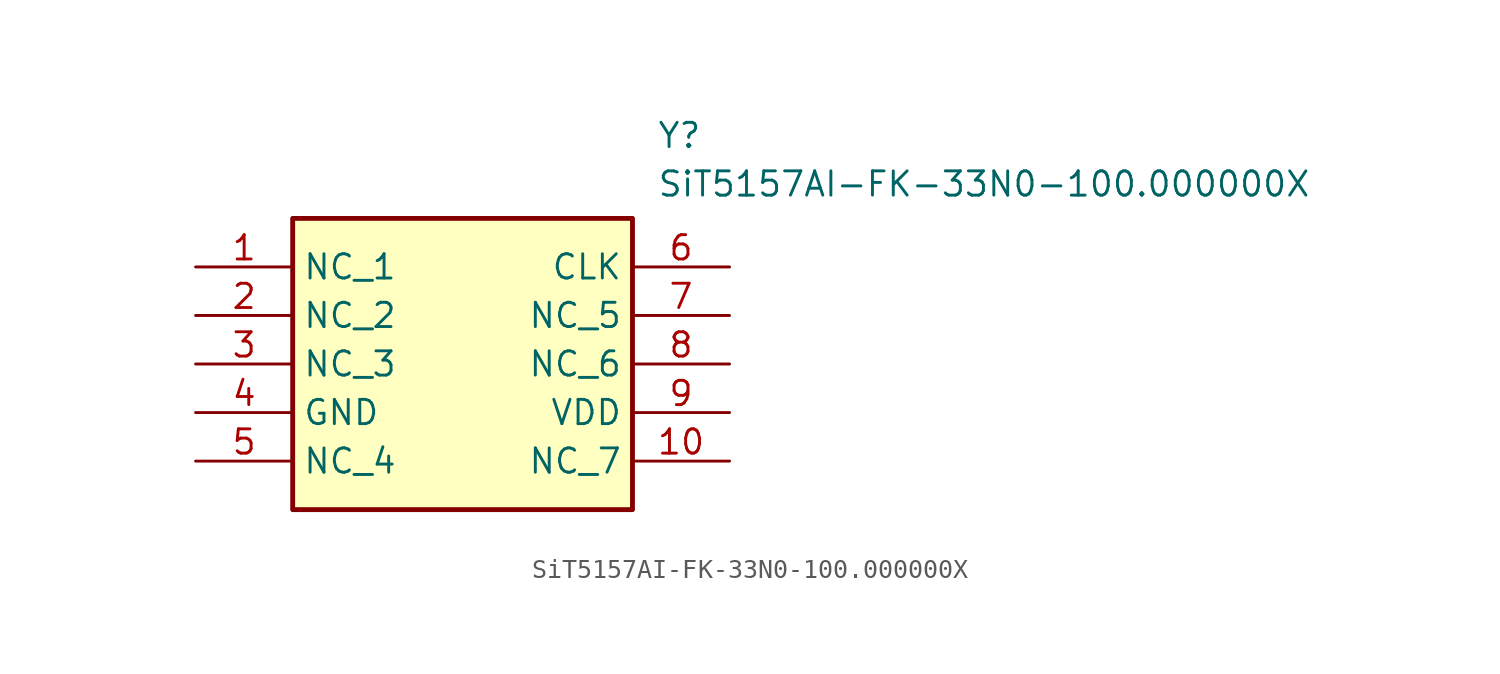
<source format=kicad_sym>
(kicad_symbol_lib
  (version 20211014)
  (generator SamacSys_ECAD_Model)
  (symbol "SiT5157AI-FK-33N0-100.000000X"
    (property "Reference" "Y"
      (at 24.13 7.62 0)
      (effects (font (size 1.27 1.27)) (justify left top)))
    (property "Value" "SiT5157AI-FK-33N0-100.000000X"
      (at 24.13 5.08 0)
      (effects (font (size 1.27 1.27)) (justify left top)))
    (rectangle
      (start 5.08 2.54)
      (end 22.86 -12.7)
      (stroke (width 0.254) (type default))
      (fill (type background)))
    (pin passive line
      (at 0 0 0)
      (length 5.08)
      (name "NC_1" (effects (font (size 1.27 1.27))))
      (number "1" (effects (font (size 1.27 1.27)))))
    (pin passive line
      (at 0 -2.54 0)
      (length 5.08)
      (name "NC_2" (effects (font (size 1.27 1.27))))
      (number "2" (effects (font (size 1.27 1.27)))))
    (pin passive line
      (at 0 -5.08 0)
      (length 5.08)
      (name "NC_3" (effects (font (size 1.27 1.27))))
      (number "3" (effects (font (size 1.27 1.27)))))
    (pin passive line
      (at 0 -7.62 0)
      (length 5.08)
      (name "GND" (effects (font (size 1.27 1.27))))
      (number "4" (effects (font (size 1.27 1.27)))))
    (pin passive line
      (at 0 -10.16 0)
      (length 5.08)
      (name "NC_4" (effects (font (size 1.27 1.27))))
      (number "5" (effects (font (size 1.27 1.27)))))
    (pin passive line
      (at 27.94 0 180)
      (length 5.08)
      (name "CLK" (effects (font (size 1.27 1.27))))
      (number "6" (effects (font (size 1.27 1.27)))))
    (pin passive line
      (at 27.94 -2.54 180)
      (length 5.08)
      (name "NC_5" (effects (font (size 1.27 1.27))))
      (number "7" (effects (font (size 1.27 1.27)))))
    (pin passive line
      (at 27.94 -5.08 180)
      (length 5.08)
      (name "NC_6" (effects (font (size 1.27 1.27))))
      (number "8" (effects (font (size 1.27 1.27)))))
    (pin passive line
      (at 27.94 -7.62 180)
      (length 5.08)
      (name "VDD" (effects (font (size 1.27 1.27))))
      (number "9" (effects (font (size 1.27 1.27)))))
    (pin passive line
      (at 27.94 -10.16 180)
      (length 5.08)
      (name "NC_7" (effects (font (size 1.27 1.27))))
      (number "10" (effects (font (size 1.27 1.27)))))))
</source>
